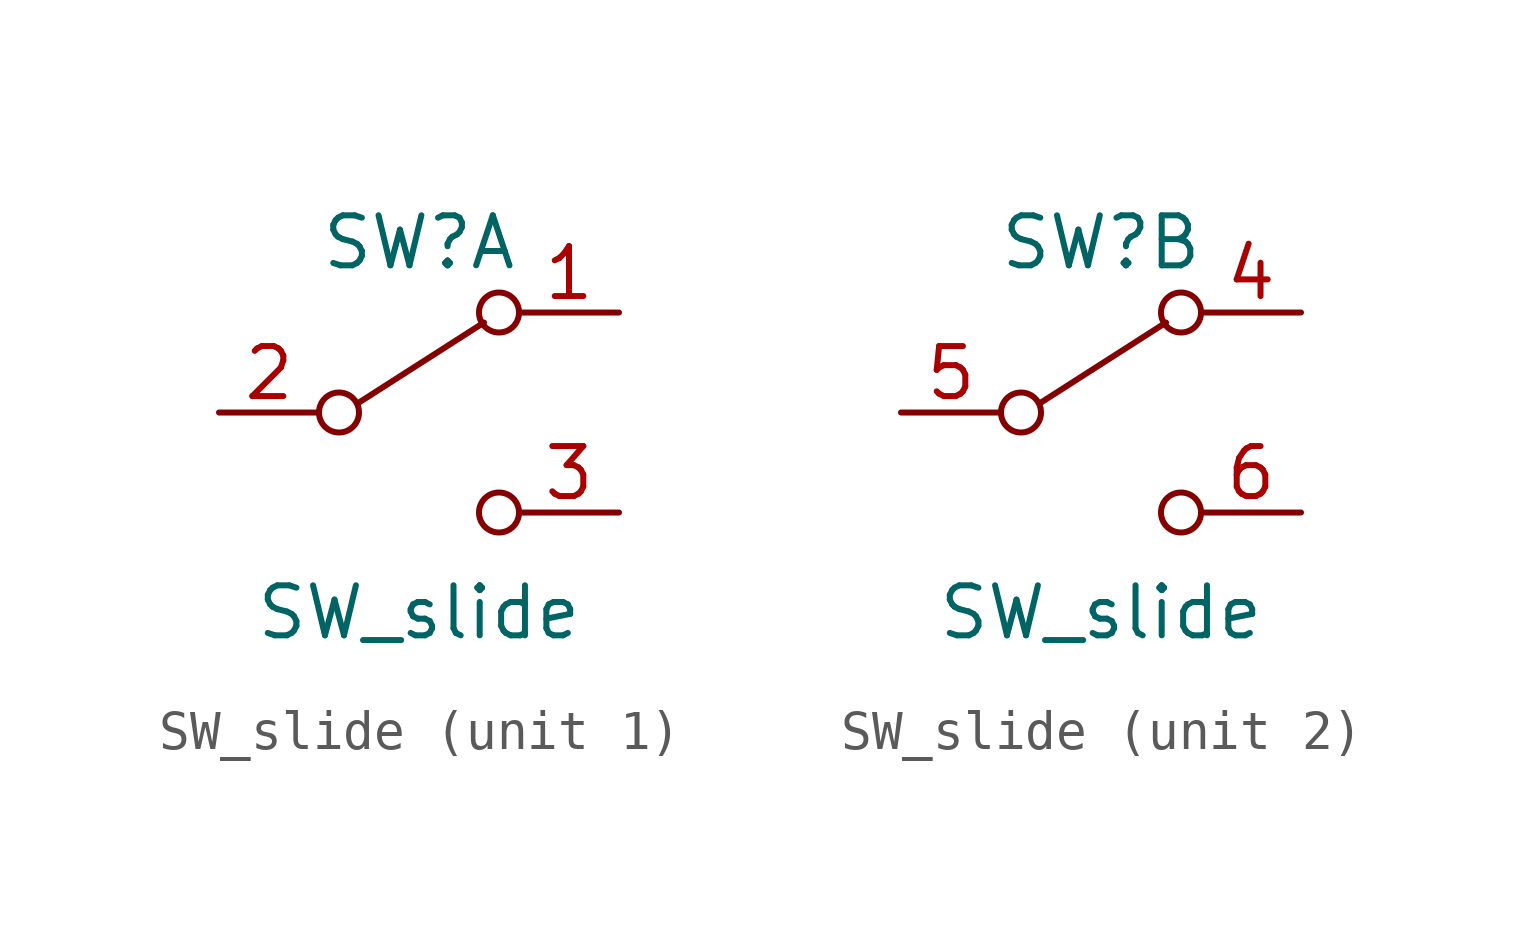
<source format=kicad_sym>
(kicad_symbol_lib
  (version 20220914)
  (generator kicad_symbol_editor)
  (symbol "SW_slide"
    (pin_names
      (offset 0) hide)
    (property "Reference" "SW"
      (at 0 4.318 0)
      (effects (font (size 1.27 1.27))))
    (property "Value" "SW_slide"
      (at 0 -5.08 0)
      (effects (font (size 1.27 1.27))))
    (symbol "SW_slide_0_0"
      (circle (center -2.032 0) (radius 0.508) (stroke (width 0) (type default)) (fill (type none)))
      (circle (center 2.032 -2.54) (radius 0.508) (stroke (width 0) (type default)) (fill (type none))))
    (symbol "SW_slide_0_1"
      (polyline (pts (xy -1.524 0.254) (xy 1.651 2.286)) (stroke (width 0) (type default)) (fill (type none)))
      (circle (center 2.032 2.54) (radius 0.508) (stroke (width 0) (type default)) (fill (type none))))
    (symbol "SW_slide_1_1"
      (pin passive line (at 5.08 2.54 180) (length 2.54) (name "A" (effects (font (size 1.27 1.27)))) (number "1" (effects (font (size 1.27 1.27)))))
      (pin passive line (at -5.08 0 0) (length 2.54) (name "B" (effects (font (size 1.27 1.27)))) (number "2" (effects (font (size 1.27 1.27)))))
      (pin passive line (at 5.08 -2.54 180) (length 2.54) (name "C" (effects (font (size 1.27 1.27)))) (number "3" (effects (font (size 1.27 1.27))))))
    (symbol "SW_slide_2_1"
      (pin passive line (at 5.08 2.54 180) (length 2.54) (name "A" (effects (font (size 1.27 1.27)))) (number "4" (effects (font (size 1.27 1.27)))))
      (pin passive line (at -5.08 0 0) (length 2.54) (name "B" (effects (font (size 1.27 1.27)))) (number "5" (effects (font (size 1.27 1.27)))))
      (pin passive line (at 5.08 -2.54 180) (length 2.54) (name "C" (effects (font (size 1.27 1.27)))) (number "6" (effects (font (size 1.27 1.27))))))))
</source>
